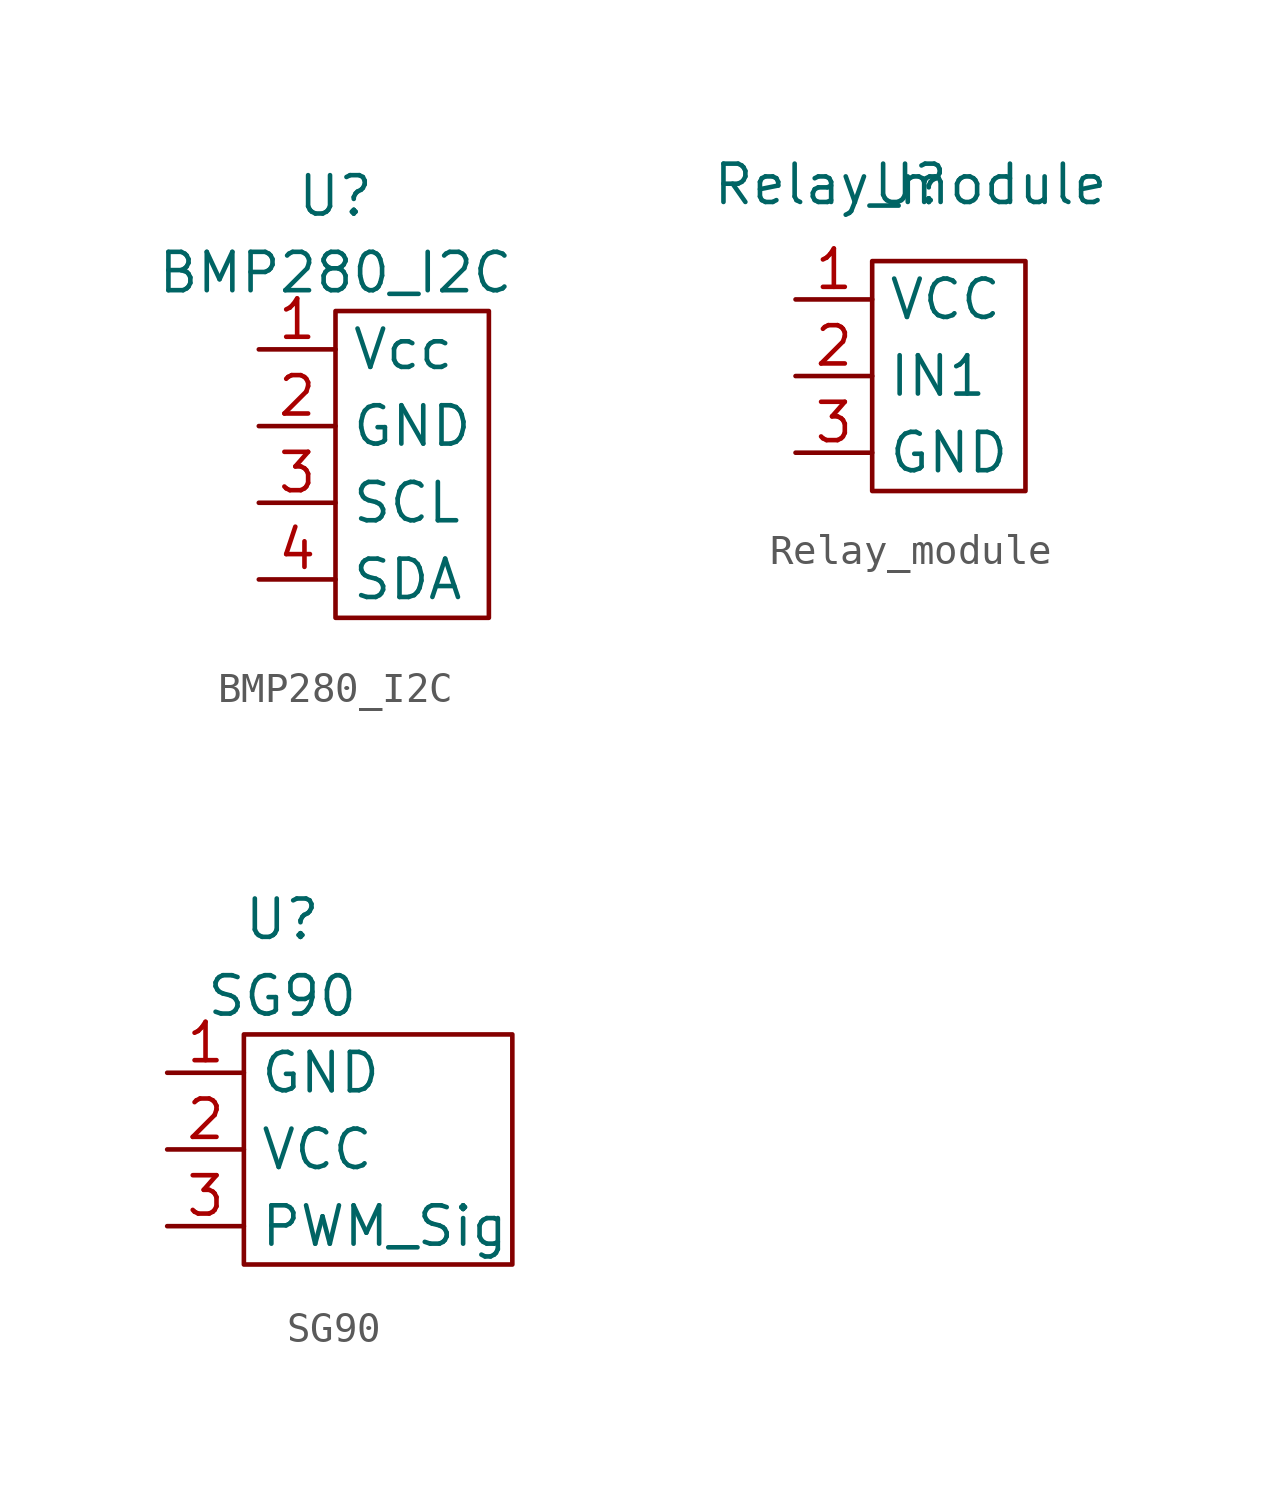
<source format=kicad_sym>
(kicad_symbol_lib
  (version 20211014)
  (generator kicad_symbol_editor)
  (symbol "BMP280_I2C"
    (property "Reference" "U"
      (at 0 2.54 0)
      (effects (font (size 1.27 1.27))))
    (property "Value" "BMP280_I2C"
      (at 0 0 0)
      (effects (font (size 1.27 1.27))))
    (symbol "BMP280_I2C_0_1"
      (rectangle (start 0 -1.27) (end 5.08 -11.43) (stroke (width 0) (type default) (color 0 0 0 0)) (fill (type none))))
    (symbol "BMP280_I2C_1_1"
      (pin input line (at -2.54 -2.54 0) (length 2.54) (name "Vcc" (effects (font (size 1.27 1.27)))) (number "1" (effects (font (size 1.27 1.27)))))
      (pin input line (at -2.54 -5.08 0) (length 2.54) (name "GND" (effects (font (size 1.27 1.27)))) (number "2" (effects (font (size 1.27 1.27)))))
      (pin input line (at -2.54 -7.62 0) (length 2.54) (name "SCL" (effects (font (size 1.27 1.27)))) (number "3" (effects (font (size 1.27 1.27)))))
      (pin input line (at -2.54 -10.16 0) (length 2.54) (name "SDA" (effects (font (size 1.27 1.27)))) (number "4" (effects (font (size 1.27 1.27)))))))
  (symbol "Relay_module"
    (property "Reference" "U"
      (at 0 0 0)
      (effects (font (size 1.27 1.27))))
    (property "Value" "Relay_module"
      (at 0 0 0)
      (effects (font (size 1.27 1.27))))
    (symbol "Relay_module_0_1"
      (rectangle (start -1.27 -2.54) (end 3.81 -10.16) (stroke (width 0) (type default) (color 0 0 0 0)) (fill (type none))))
    (symbol "Relay_module_1_1"
      (pin input line (at -3.81 -3.81 0) (length 2.54) (name "VCC" (effects (font (size 1.27 1.27)))) (number "1" (effects (font (size 1.27 1.27)))))
      (pin input line (at -3.81 -6.35 0) (length 2.54) (name "IN1" (effects (font (size 1.27 1.27)))) (number "2" (effects (font (size 1.27 1.27)))))
      (pin input line (at -3.81 -8.89 0) (length 2.54) (name "GND" (effects (font (size 1.27 1.27)))) (number "3" (effects (font (size 1.27 1.27)))))))
  (symbol "SG90"
    (property "Reference" "U"
      (at 0 2.54 0)
      (effects (font (size 1.27 1.27))))
    (property "Value" "SG90"
      (at 0 0 0)
      (effects (font (size 1.27 1.27))))
    (symbol "SG90_0_1"
      (rectangle (start -1.27 -1.27) (end 7.62 -8.89) (stroke (width 0) (type default) (color 0 0 0 0)) (fill (type none))))
    (symbol "SG90_1_1"
      (pin input line (at -3.81 -2.54 0) (length 2.54) (name "GND" (effects (font (size 1.27 1.27)))) (number "1" (effects (font (size 1.27 1.27)))))
      (pin input line (at -3.81 -5.08 0) (length 2.54) (name "VCC" (effects (font (size 1.27 1.27)))) (number "2" (effects (font (size 1.27 1.27)))))
      (pin input line (at -3.81 -7.62 0) (length 2.54) (name "PWM_Sig" (effects (font (size 1.27 1.27)))) (number "3" (effects (font (size 1.27 1.27))))))))
</source>
